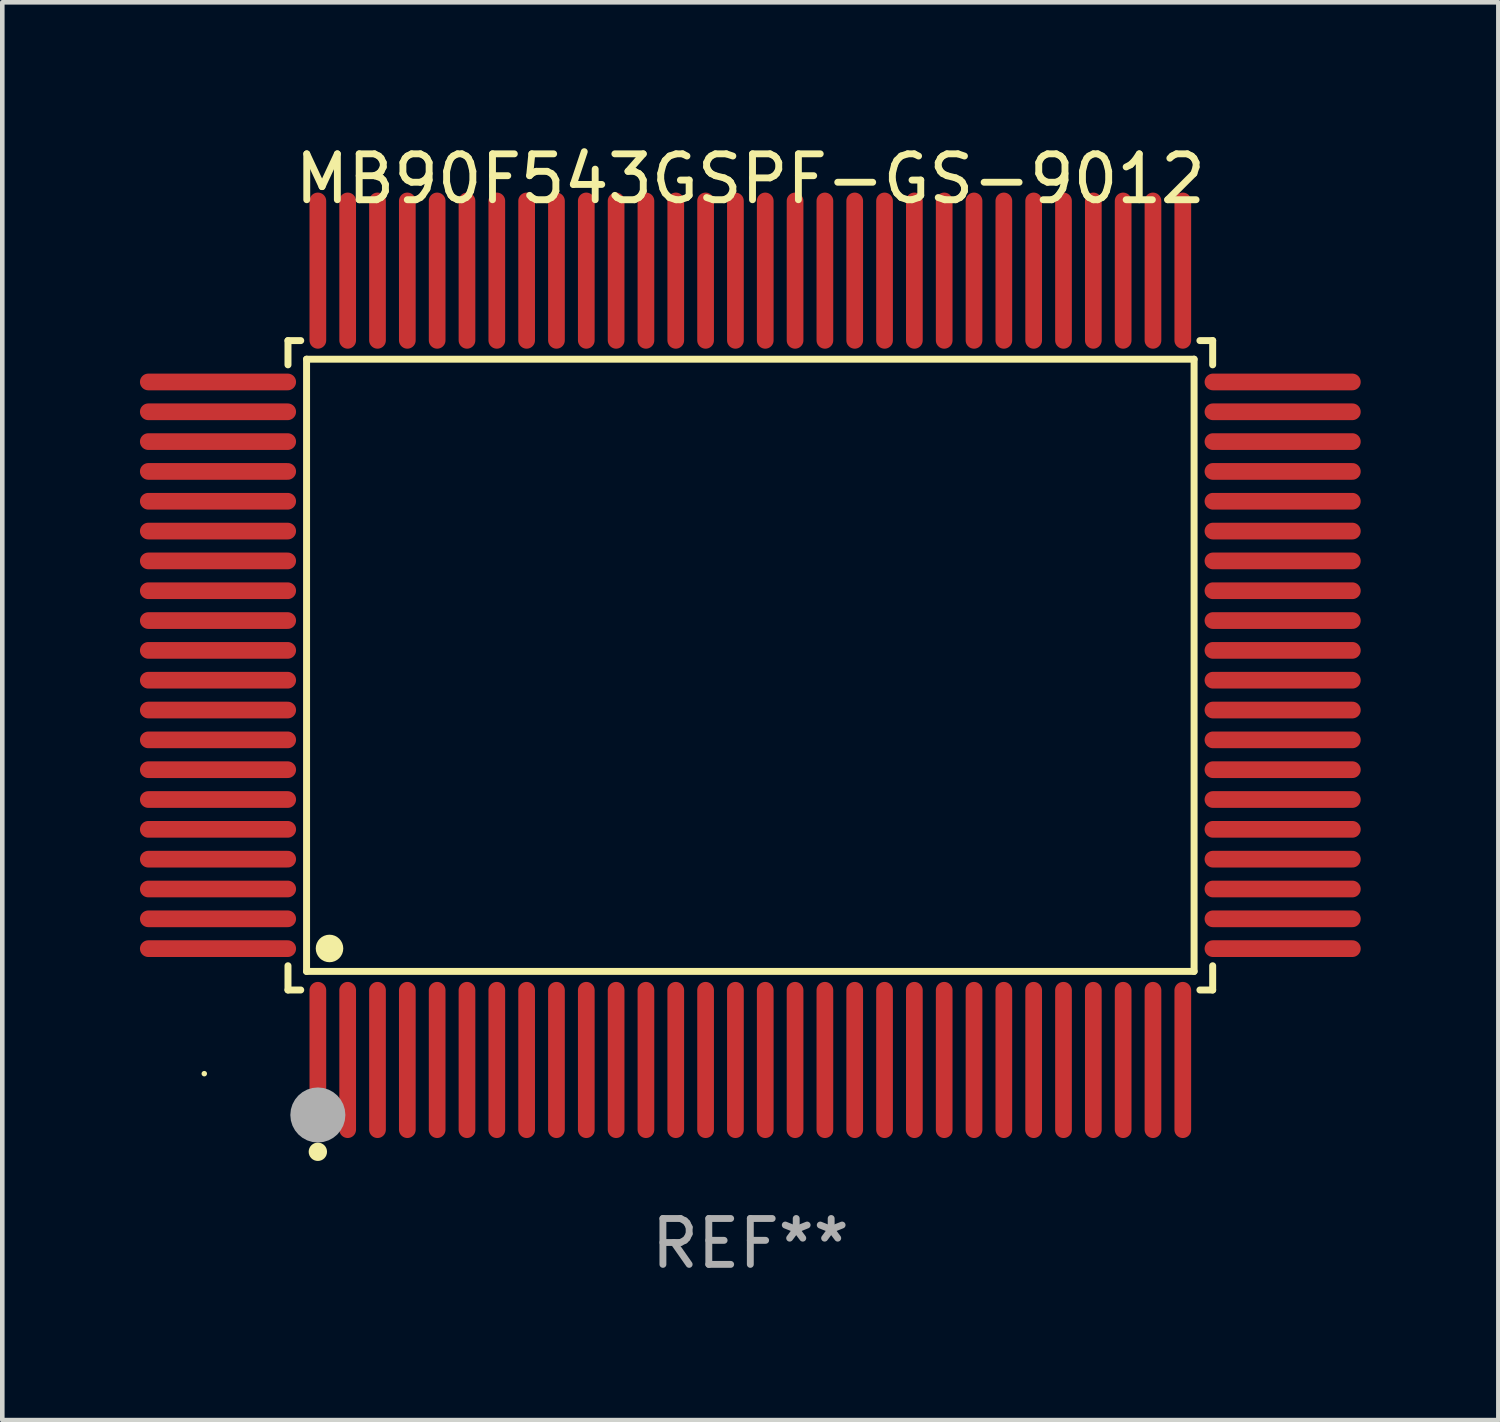
<source format=kicad_pcb>
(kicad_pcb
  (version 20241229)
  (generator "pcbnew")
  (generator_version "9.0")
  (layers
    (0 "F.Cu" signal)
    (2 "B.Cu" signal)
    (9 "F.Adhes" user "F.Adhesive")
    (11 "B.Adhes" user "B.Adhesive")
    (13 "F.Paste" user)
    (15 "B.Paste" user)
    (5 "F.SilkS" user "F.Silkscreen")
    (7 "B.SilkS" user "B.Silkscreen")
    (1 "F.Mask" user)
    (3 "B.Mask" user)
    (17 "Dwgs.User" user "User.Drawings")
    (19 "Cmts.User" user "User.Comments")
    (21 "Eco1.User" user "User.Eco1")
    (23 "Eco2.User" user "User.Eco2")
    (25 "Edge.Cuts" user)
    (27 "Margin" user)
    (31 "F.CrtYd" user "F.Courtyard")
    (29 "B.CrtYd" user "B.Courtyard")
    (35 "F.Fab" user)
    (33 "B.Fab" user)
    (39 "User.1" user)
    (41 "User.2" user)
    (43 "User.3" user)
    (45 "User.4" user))
  (footprint "MB90F543GSPF-GS-9012"
    (layer "F.Cu")
    (at 13.302 11.449)
    (property "Reference" "MB90F543GSPF-GS-9012" (at 0 -10.601 0) (layer "F.SilkS") (effects (font (size 1 1) (thickness 0.15))))
    (attr through_hole)
    (fp_line (start -10.076 -7.076) (end -9.798 -7.076) (stroke (width 0.152) (type solid)) (layer "F.SilkS"))
    (fp_line (start -10.076 -6.548) (end -10.076 -7.076) (stroke (width 0.152) (type solid)) (layer "F.SilkS"))
    (fp_line (start -10.076 6.548) (end -10.076 7.076) (stroke (width 0.152) (type solid)) (layer "F.SilkS"))
    (fp_line (start -10.076 7.076) (end -9.798 7.076) (stroke (width 0.152) (type solid)) (layer "F.SilkS"))
    (fp_line (start -9.671 -6.671) (end 9.671 -6.671) (stroke (width 0.152) (type solid)) (layer "F.SilkS"))
    (fp_line (start -9.671 6.671) (end -9.671 -6.671) (stroke (width 0.152) (type solid)) (layer "F.SilkS"))
    (fp_line (start 9.671 -6.671) (end 9.671 6.671) (stroke (width 0.152) (type solid)) (layer "F.SilkS"))
    (fp_line (start 9.671 6.671) (end -9.671 6.671) (stroke (width 0.152) (type solid)) (layer "F.SilkS"))
    (fp_line (start 10.076 -7.076) (end 9.798 -7.076) (stroke (width 0.152) (type solid)) (layer "F.SilkS"))
    (fp_line (start 10.076 -6.548) (end 10.076 -7.076) (stroke (width 0.152) (type solid)) (layer "F.SilkS"))
    (fp_line (start 10.076 6.548) (end 10.076 7.076) (stroke (width 0.152) (type solid)) (layer "F.SilkS"))
    (fp_line (start 10.076 7.076) (end 9.798 7.076) (stroke (width 0.152) (type solid)) (layer "F.SilkS"))
    (fp_circle (center -11.9 8.9) (end -11.87 8.9) (stroke (width 0.06) (type solid)) (fill no) (layer "F.SilkS"))
    (fp_circle (center -9.425 10.602) (end -9.325 10.602) (stroke (width 0.2) (type solid)) (fill no) (layer "F.SilkS"))
    (fp_circle (center -9.171 6.171) (end -9.021 6.171) (stroke (width 0.3) (type solid)) (fill no) (layer "F.SilkS"))
    (fp_circle (center -9.425 9.8) (end -9.125 9.8) (stroke (width 0.6) (type solid)) (fill no) (layer "F.Fab"))
    (fp_text user "REF**" (at 0 12.601 0) (layer "F.Fab") (effects (font (size 1 1) (thickness 0.15))))
    (pad "1" smd oval (at -9.425 8.601) (size 0.364 3.402) (layers "F.Cu" "F.Mask" "F.Paste"))
    (pad "2" smd oval (at -8.775 8.601) (size 0.364 3.402) (layers "F.Cu" "F.Mask" "F.Paste"))
    (pad "3" smd oval (at -8.125 8.601) (size 0.364 3.402) (layers "F.Cu" "F.Mask" "F.Paste"))
    (pad "4" smd oval (at -7.475 8.601) (size 0.364 3.402) (layers "F.Cu" "F.Mask" "F.Paste"))
    (pad "5" smd oval (at -6.825 8.601) (size 0.364 3.402) (layers "F.Cu" "F.Mask" "F.Paste"))
    (pad "6" smd oval (at -6.175 8.601) (size 0.364 3.402) (layers "F.Cu" "F.Mask" "F.Paste"))
    (pad "7" smd oval (at -5.525 8.601) (size 0.364 3.402) (layers "F.Cu" "F.Mask" "F.Paste"))
    (pad "8" smd oval (at -4.875 8.601) (size 0.364 3.402) (layers "F.Cu" "F.Mask" "F.Paste"))
    (pad "9" smd oval (at -4.225 8.601) (size 0.364 3.402) (layers "F.Cu" "F.Mask" "F.Paste"))
    (pad "10" smd oval (at -3.575 8.601) (size 0.364 3.402) (layers "F.Cu" "F.Mask" "F.Paste"))
    (pad "11" smd oval (at -2.925 8.601) (size 0.364 3.402) (layers "F.Cu" "F.Mask" "F.Paste"))
    (pad "12" smd oval (at -2.275 8.601) (size 0.364 3.402) (layers "F.Cu" "F.Mask" "F.Paste"))
    (pad "13" smd oval (at -1.625 8.601) (size 0.364 3.402) (layers "F.Cu" "F.Mask" "F.Paste"))
    (pad "14" smd oval (at -0.975 8.601) (size 0.364 3.402) (layers "F.Cu" "F.Mask" "F.Paste"))
    (pad "15" smd oval (at -0.325 8.601) (size 0.364 3.402) (layers "F.Cu" "F.Mask" "F.Paste"))
    (pad "16" smd oval (at 0.325 8.601) (size 0.364 3.402) (layers "F.Cu" "F.Mask" "F.Paste"))
    (pad "17" smd oval (at 0.975 8.601) (size 0.364 3.402) (layers "F.Cu" "F.Mask" "F.Paste"))
    (pad "18" smd oval (at 1.625 8.601) (size 0.364 3.402) (layers "F.Cu" "F.Mask" "F.Paste"))
    (pad "19" smd oval (at 2.275 8.601) (size 0.364 3.402) (layers "F.Cu" "F.Mask" "F.Paste"))
    (pad "20" smd oval (at 2.925 8.601) (size 0.364 3.402) (layers "F.Cu" "F.Mask" "F.Paste"))
    (pad "21" smd oval (at 3.575 8.601) (size 0.364 3.402) (layers "F.Cu" "F.Mask" "F.Paste"))
    (pad "22" smd oval (at 4.225 8.601) (size 0.364 3.402) (layers "F.Cu" "F.Mask" "F.Paste"))
    (pad "23" smd oval (at 4.875 8.601) (size 0.364 3.402) (layers "F.Cu" "F.Mask" "F.Paste"))
    (pad "24" smd oval (at 5.525 8.601) (size 0.364 3.402) (layers "F.Cu" "F.Mask" "F.Paste"))
    (pad "25" smd oval (at 6.175 8.601) (size 0.364 3.402) (layers "F.Cu" "F.Mask" "F.Paste"))
    (pad "26" smd oval (at 6.825 8.601) (size 0.364 3.402) (layers "F.Cu" "F.Mask" "F.Paste"))
    (pad "27" smd oval (at 7.475 8.601) (size 0.364 3.402) (layers "F.Cu" "F.Mask" "F.Paste"))
    (pad "28" smd oval (at 8.125 8.601) (size 0.364 3.402) (layers "F.Cu" "F.Mask" "F.Paste"))
    (pad "29" smd oval (at 8.775 8.601) (size 0.364 3.402) (layers "F.Cu" "F.Mask" "F.Paste"))
    (pad "30" smd oval (at 9.425 8.601) (size 0.364 3.402) (layers "F.Cu" "F.Mask" "F.Paste"))
    (pad "31" smd oval (at 11.601 6.175) (size 3.402 0.364) (layers "F.Cu" "F.Mask" "F.Paste"))
    (pad "32" smd oval (at 11.601 5.525) (size 3.402 0.364) (layers "F.Cu" "F.Mask" "F.Paste"))
    (pad "33" smd oval (at 11.601 4.875) (size 3.402 0.364) (layers "F.Cu" "F.Mask" "F.Paste"))
    (pad "34" smd oval (at 11.601 4.225) (size 3.402 0.364) (layers "F.Cu" "F.Mask" "F.Paste"))
    (pad "35" smd oval (at 11.601 3.575) (size 3.402 0.364) (layers "F.Cu" "F.Mask" "F.Paste"))
    (pad "36" smd oval (at 11.601 2.925) (size 3.402 0.364) (layers "F.Cu" "F.Mask" "F.Paste"))
    (pad "37" smd oval (at 11.601 2.275) (size 3.402 0.364) (layers "F.Cu" "F.Mask" "F.Paste"))
    (pad "38" smd oval (at 11.601 1.625) (size 3.402 0.364) (layers "F.Cu" "F.Mask" "F.Paste"))
    (pad "39" smd oval (at 11.601 0.975) (size 3.402 0.364) (layers "F.Cu" "F.Mask" "F.Paste"))
    (pad "40" smd oval (at 11.601 0.325) (size 3.402 0.364) (layers "F.Cu" "F.Mask" "F.Paste"))
    (pad "41" smd oval (at 11.601 -0.325) (size 3.402 0.364) (layers "F.Cu" "F.Mask" "F.Paste"))
    (pad "42" smd oval (at 11.601 -0.975) (size 3.402 0.364) (layers "F.Cu" "F.Mask" "F.Paste"))
    (pad "43" smd oval (at 11.601 -1.625) (size 3.402 0.364) (layers "F.Cu" "F.Mask" "F.Paste"))
    (pad "44" smd oval (at 11.601 -2.275) (size 3.402 0.364) (layers "F.Cu" "F.Mask" "F.Paste"))
    (pad "45" smd oval (at 11.601 -2.925) (size 3.402 0.364) (layers "F.Cu" "F.Mask" "F.Paste"))
    (pad "46" smd oval (at 11.601 -3.575) (size 3.402 0.364) (layers "F.Cu" "F.Mask" "F.Paste"))
    (pad "47" smd oval (at 11.601 -4.225) (size 3.402 0.364) (layers "F.Cu" "F.Mask" "F.Paste"))
    (pad "48" smd oval (at 11.601 -4.875) (size 3.402 0.364) (layers "F.Cu" "F.Mask" "F.Paste"))
    (pad "49" smd oval (at 11.601 -5.525) (size 3.402 0.364) (layers "F.Cu" "F.Mask" "F.Paste"))
    (pad "50" smd oval (at 11.601 -6.175) (size 3.402 0.364) (layers "F.Cu" "F.Mask" "F.Paste"))
    (pad "51" smd oval (at 9.425 -8.601) (size 0.364 3.402) (layers "F.Cu" "F.Mask" "F.Paste"))
    (pad "52" smd oval (at 8.775 -8.601) (size 0.364 3.402) (layers "F.Cu" "F.Mask" "F.Paste"))
    (pad "53" smd oval (at 8.125 -8.601) (size 0.364 3.402) (layers "F.Cu" "F.Mask" "F.Paste"))
    (pad "54" smd oval (at 7.475 -8.601) (size 0.364 3.402) (layers "F.Cu" "F.Mask" "F.Paste"))
    (pad "55" smd oval (at 6.825 -8.601) (size 0.364 3.402) (layers "F.Cu" "F.Mask" "F.Paste"))
    (pad "56" smd oval (at 6.175 -8.601) (size 0.364 3.402) (layers "F.Cu" "F.Mask" "F.Paste"))
    (pad "57" smd oval (at 5.525 -8.601) (size 0.364 3.402) (layers "F.Cu" "F.Mask" "F.Paste"))
    (pad "58" smd oval (at 4.875 -8.601) (size 0.364 3.402) (layers "F.Cu" "F.Mask" "F.Paste"))
    (pad "59" smd oval (at 4.225 -8.601) (size 0.364 3.402) (layers "F.Cu" "F.Mask" "F.Paste"))
    (pad "60" smd oval (at 3.575 -8.601) (size 0.364 3.402) (layers "F.Cu" "F.Mask" "F.Paste"))
    (pad "61" smd oval (at 2.925 -8.601) (size 0.364 3.402) (layers "F.Cu" "F.Mask" "F.Paste"))
    (pad "62" smd oval (at 2.275 -8.601) (size 0.364 3.402) (layers "F.Cu" "F.Mask" "F.Paste"))
    (pad "63" smd oval (at 1.625 -8.601) (size 0.364 3.402) (layers "F.Cu" "F.Mask" "F.Paste"))
    (pad "64" smd oval (at 0.975 -8.601) (size 0.364 3.402) (layers "F.Cu" "F.Mask" "F.Paste"))
    (pad "65" smd oval (at 0.325 -8.601) (size 0.364 3.402) (layers "F.Cu" "F.Mask" "F.Paste"))
    (pad "66" smd oval (at -0.325 -8.601) (size 0.364 3.402) (layers "F.Cu" "F.Mask" "F.Paste"))
    (pad "67" smd oval (at -0.975 -8.601) (size 0.364 3.402) (layers "F.Cu" "F.Mask" "F.Paste"))
    (pad "68" smd oval (at -1.625 -8.601) (size 0.364 3.402) (layers "F.Cu" "F.Mask" "F.Paste"))
    (pad "69" smd oval (at -2.275 -8.601) (size 0.364 3.402) (layers "F.Cu" "F.Mask" "F.Paste"))
    (pad "70" smd oval (at -2.925 -8.601) (size 0.364 3.402) (layers "F.Cu" "F.Mask" "F.Paste"))
    (pad "71" smd oval (at -3.575 -8.601) (size 0.364 3.402) (layers "F.Cu" "F.Mask" "F.Paste"))
    (pad "72" smd oval (at -4.225 -8.601) (size 0.364 3.402) (layers "F.Cu" "F.Mask" "F.Paste"))
    (pad "73" smd oval (at -4.875 -8.601) (size 0.364 3.402) (layers "F.Cu" "F.Mask" "F.Paste"))
    (pad "74" smd oval (at -5.525 -8.601) (size 0.364 3.402) (layers "F.Cu" "F.Mask" "F.Paste"))
    (pad "75" smd oval (at -6.175 -8.601) (size 0.364 3.402) (layers "F.Cu" "F.Mask" "F.Paste"))
    (pad "76" smd oval (at -6.825 -8.601) (size 0.364 3.402) (layers "F.Cu" "F.Mask" "F.Paste"))
    (pad "77" smd oval (at -7.475 -8.601) (size 0.364 3.402) (layers "F.Cu" "F.Mask" "F.Paste"))
    (pad "78" smd oval (at -8.125 -8.601) (size 0.364 3.402) (layers "F.Cu" "F.Mask" "F.Paste"))
    (pad "79" smd oval (at -8.775 -8.601) (size 0.364 3.402) (layers "F.Cu" "F.Mask" "F.Paste"))
    (pad "80" smd oval (at -9.425 -8.601) (size 0.364 3.402) (layers "F.Cu" "F.Mask" "F.Paste"))
    (pad "81" smd oval (at -11.601 -6.175) (size 3.402 0.364) (layers "F.Cu" "F.Mask" "F.Paste"))
    (pad "82" smd oval (at -11.601 -5.525) (size 3.402 0.364) (layers "F.Cu" "F.Mask" "F.Paste"))
    (pad "83" smd oval (at -11.601 -4.875) (size 3.402 0.364) (layers "F.Cu" "F.Mask" "F.Paste"))
    (pad "84" smd oval (at -11.601 -4.225) (size 3.402 0.364) (layers "F.Cu" "F.Mask" "F.Paste"))
    (pad "85" smd oval (at -11.601 -3.575) (size 3.402 0.364) (layers "F.Cu" "F.Mask" "F.Paste"))
    (pad "86" smd oval (at -11.601 -2.925) (size 3.402 0.364) (layers "F.Cu" "F.Mask" "F.Paste"))
    (pad "87" smd oval (at -11.601 -2.275) (size 3.402 0.364) (layers "F.Cu" "F.Mask" "F.Paste"))
    (pad "88" smd oval (at -11.601 -1.625) (size 3.402 0.364) (layers "F.Cu" "F.Mask" "F.Paste"))
    (pad "89" smd oval (at -11.601 -0.975) (size 3.402 0.364) (layers "F.Cu" "F.Mask" "F.Paste"))
    (pad "90" smd oval (at -11.601 -0.325) (size 3.402 0.364) (layers "F.Cu" "F.Mask" "F.Paste"))
    (pad "91" smd oval (at -11.601 0.325) (size 3.402 0.364) (layers "F.Cu" "F.Mask" "F.Paste"))
    (pad "92" smd oval (at -11.601 0.975) (size 3.402 0.364) (layers "F.Cu" "F.Mask" "F.Paste"))
    (pad "93" smd oval (at -11.601 1.625) (size 3.402 0.364) (layers "F.Cu" "F.Mask" "F.Paste"))
    (pad "94" smd oval (at -11.601 2.275) (size 3.402 0.364) (layers "F.Cu" "F.Mask" "F.Paste"))
    (pad "95" smd oval (at -11.601 2.925) (size 3.402 0.364) (layers "F.Cu" "F.Mask" "F.Paste"))
    (pad "96" smd oval (at -11.601 3.575) (size 3.402 0.364) (layers "F.Cu" "F.Mask" "F.Paste"))
    (pad "97" smd oval (at -11.601 4.225) (size 3.402 0.364) (layers "F.Cu" "F.Mask" "F.Paste"))
    (pad "98" smd oval (at -11.601 4.875) (size 3.402 0.364) (layers "F.Cu" "F.Mask" "F.Paste"))
    (pad "99" smd oval (at -11.601 5.525) (size 3.402 0.364) (layers "F.Cu" "F.Mask" "F.Paste"))
    (pad "100" smd oval (at -11.601 6.175) (size 3.402 0.364) (layers "F.Cu" "F.Mask" "F.Paste")))
  (gr_rect
    (start -3 -3)
    (end 29.604 27.898)
    (stroke (width 0.1) (type default))
    (fill no)
    (layer "Edge.Cuts")))
</source>
